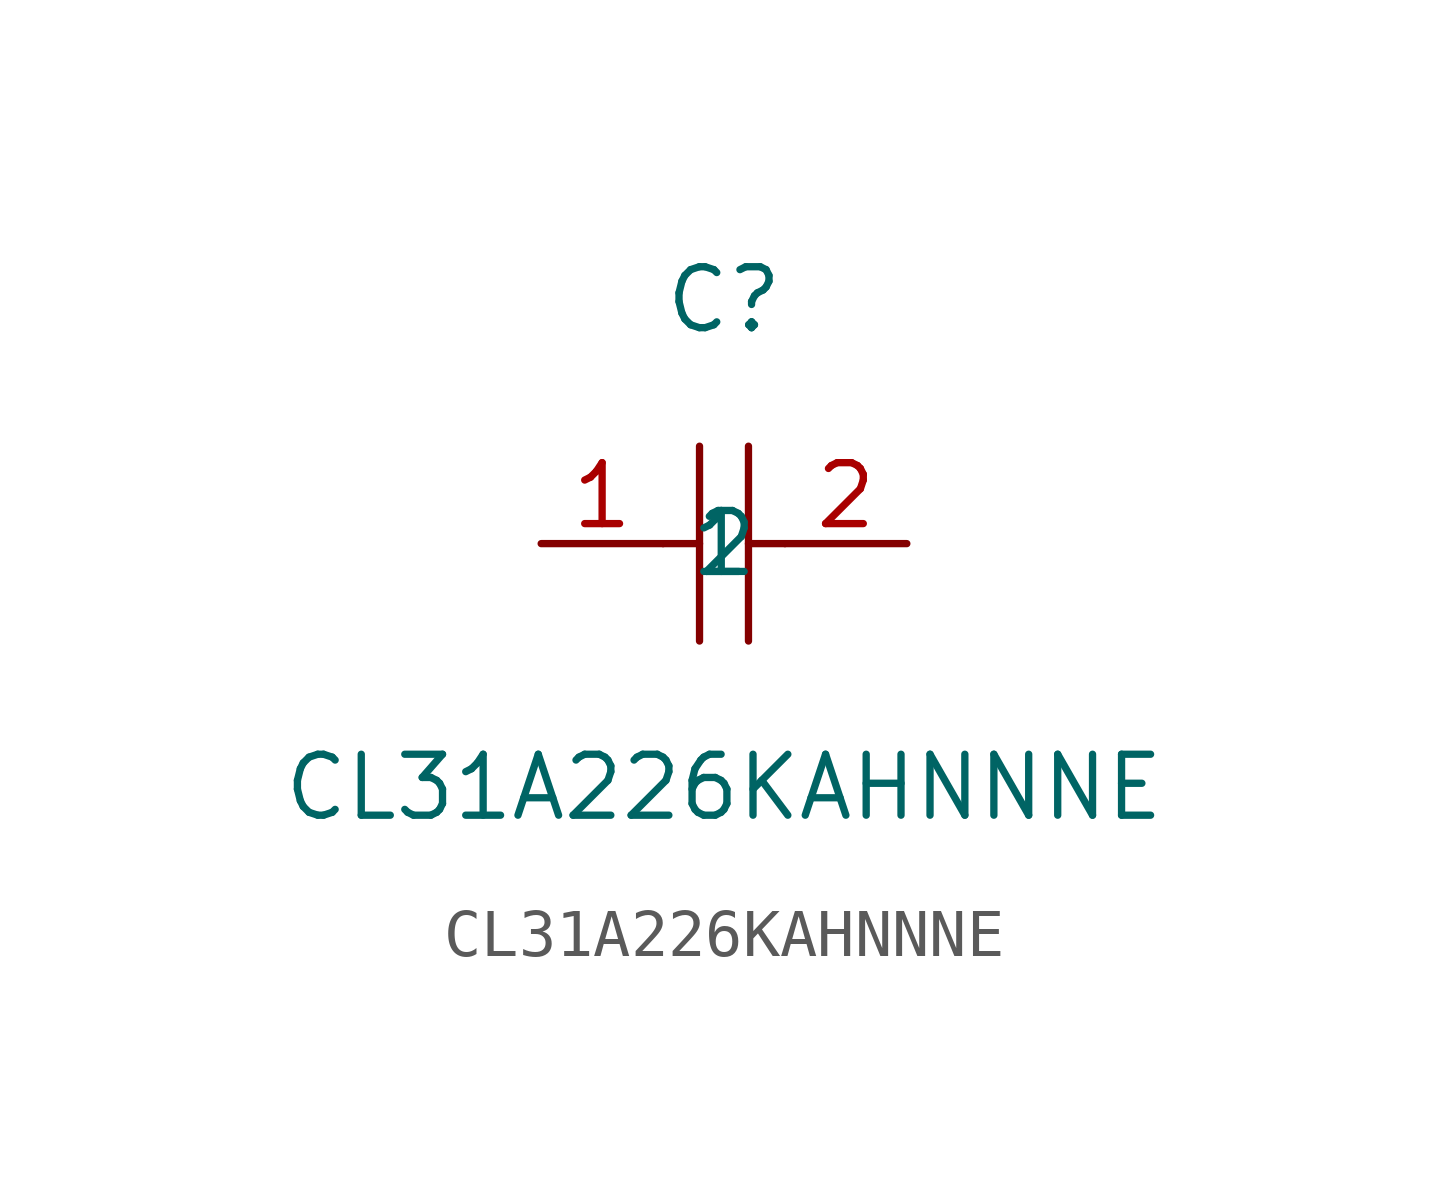
<source format=kicad_sym>
(kicad_symbol_lib
  (version 1)
  (generator "faebryk")
  (symbol "CL31A226KAHNNNE"
    (property "Reference" "C"
      (at 0 5.08 0)
      (effects (font (size 1.27 1.27)) (hide no)))
    (property "Value" "CL31A226KAHNNNE"
      (at 0 -5.08 0)
      (effects (font (size 1.27 1.27)) (hide no)))
    (symbol "CL31A226KAHNNNE_0_1"
      (polyline (stroke (width 0) (type default) (color 0 0 0 0)) (fill (type none)) (pts (xy -0.51 2.03) (xy -0.51 -2.03)))
      (polyline (stroke (width 0) (type default) (color 0 0 0 0)) (fill (type none)) (pts (xy 0.51 2.03) (xy 0.51 -2.03)))
      (polyline (stroke (width 0) (type default) (color 0 0 0 0)) (fill (type none)) (pts (xy -1.27 0) (xy -0.51 0)))
      (polyline (stroke (width 0) (type default) (color 0 0 0 0)) (fill (type none)) (pts (xy 0.51 0) (xy 1.27 0)))
      (pin input line (at -3.81 0 0) (length 2.54) (name "1" (effects (font (size 1.27 1.27)) (hide no))) (number "1" (effects (font (size 1.27 1.27)) (hide no))))
      (pin input line (at 3.81 0 180) (length 2.54) (name "2" (effects (font (size 1.27 1.27)) (hide no))) (number "2" (effects (font (size 1.27 1.27)) (hide no)))))))
</source>
